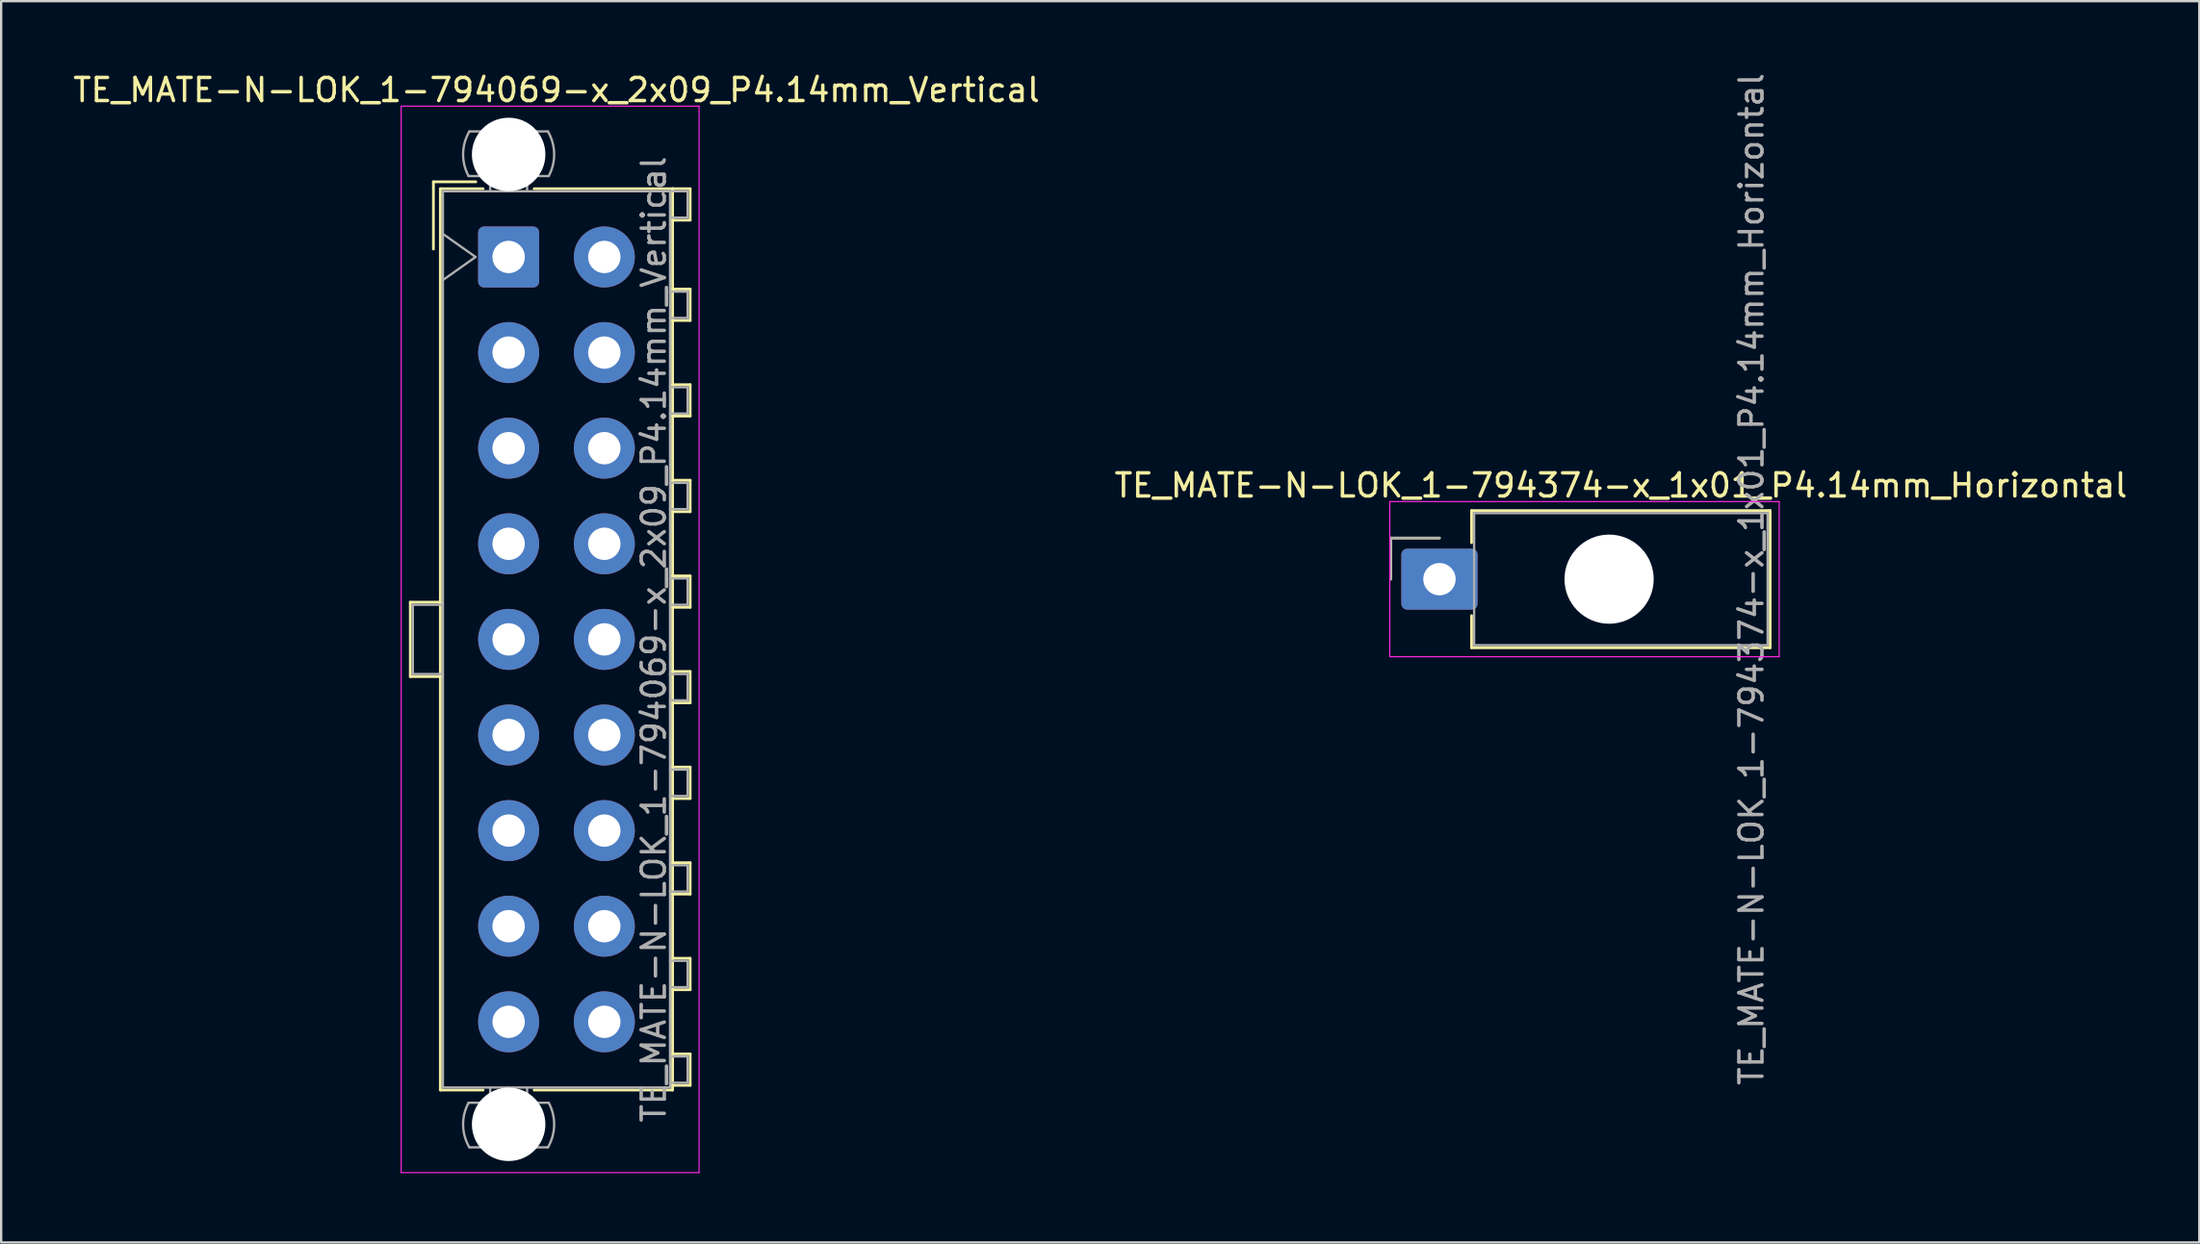
<source format=kicad_pcb>
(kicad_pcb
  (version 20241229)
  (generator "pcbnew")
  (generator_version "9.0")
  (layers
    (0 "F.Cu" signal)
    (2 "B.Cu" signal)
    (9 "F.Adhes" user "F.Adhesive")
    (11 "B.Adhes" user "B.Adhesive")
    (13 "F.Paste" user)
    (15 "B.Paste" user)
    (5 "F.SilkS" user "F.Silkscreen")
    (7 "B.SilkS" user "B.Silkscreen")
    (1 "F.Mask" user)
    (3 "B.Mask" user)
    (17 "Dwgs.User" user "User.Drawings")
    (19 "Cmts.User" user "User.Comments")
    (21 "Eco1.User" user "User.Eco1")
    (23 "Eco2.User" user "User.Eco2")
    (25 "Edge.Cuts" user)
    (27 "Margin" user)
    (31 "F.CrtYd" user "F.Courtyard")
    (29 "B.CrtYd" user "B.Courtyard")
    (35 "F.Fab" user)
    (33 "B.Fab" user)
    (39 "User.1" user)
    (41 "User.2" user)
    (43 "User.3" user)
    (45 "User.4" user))
  (footprint "TE_MATE-N-LOK_1-794374-x_1x01_P4.14mm_Horizontal"
    (layer "F.Cu")
    (at 59.239 22.03)
    (property "Reference" "TE_MATE-N-LOK_1-794374-x_1x01_P4.14mm_Horizontal" (at 7.85 -4.06 0) (layer "F.SilkS") (effects (font (size 1 1) (thickness 0.15))))
    (attr through_hole)
    (fp_line (start -2.11 -1.78) (end -2.11 0) (stroke (width 0.12) (type solid)) (layer "F.SilkS"))
    (fp_line (start 0 -1.78) (end -2.11 -1.78) (stroke (width 0.12) (type solid)) (layer "F.SilkS"))
    (fp_line (start 1.39 -2.97) (end 14.31 -2.97) (stroke (width 0.12) (type solid)) (layer "F.SilkS"))
    (fp_line (start 1.39 -1.58) (end 1.39 -2.97) (stroke (width 0.12) (type solid)) (layer "F.SilkS"))
    (fp_line (start 1.39 2.97) (end 1.39 1.58) (stroke (width 0.12) (type solid)) (layer "F.SilkS"))
    (fp_line (start 14.31 -2.97) (end 14.31 2.97) (stroke (width 0.12) (type solid)) (layer "F.SilkS"))
    (fp_line (start 14.31 2.97) (end 1.39 2.97) (stroke (width 0.12) (type solid)) (layer "F.SilkS"))
    (fp_line (start -2.15 -3.36) (end -2.15 3.36) (stroke (width 0.05) (type solid)) (layer "F.CrtYd"))
    (fp_line (start -2.15 3.36) (end 14.7 3.36) (stroke (width 0.05) (type solid)) (layer "F.CrtYd"))
    (fp_line (start 14.7 -3.36) (end -2.15 -3.36) (stroke (width 0.05) (type solid)) (layer "F.CrtYd"))
    (fp_line (start 14.7 3.36) (end 14.7 -3.36) (stroke (width 0.05) (type solid)) (layer "F.CrtYd"))
    (fp_line (start -2.11 -1.78) (end -2.11 0) (stroke (width 0.1) (type solid)) (layer "F.Fab"))
    (fp_line (start 0 -1.78) (end -2.11 -1.78) (stroke (width 0.1) (type solid)) (layer "F.Fab"))
    (fp_line (start 1.5 -2.86) (end 1.5 2.86) (stroke (width 0.1) (type solid)) (layer "F.Fab"))
    (fp_line (start 1.5 2.86) (end 14.2 2.86) (stroke (width 0.1) (type solid)) (layer "F.Fab"))
    (fp_line (start 14.2 -2.86) (end 1.5 -2.86) (stroke (width 0.1) (type solid)) (layer "F.Fab"))
    (fp_line (start 14.2 2.86) (end 14.2 -2.86) (stroke (width 0.1) (type solid)) (layer "F.Fab"))
    (fp_text user "${REFERENCE}" (at 13.5 0 90) (layer "F.Fab") (effects (font (size 1 1) (thickness 0.15))))
    (pad "" np_thru_hole circle (at 7.34 0) (size 3.86 3.86) (drill 3.86) (layers "*.Cu" "*.Mask"))
    (pad "1" thru_hole roundrect (at 0 0) (size 3.3 2.64) (drill 1.4) (layers "*.Cu" "*.Mask") (roundrect_rratio 0.095)))
  (footprint "TE_MATE-N-LOK_1-794069-x_2x09_P4.14mm_Vertical"
    (layer "F.Cu")
    (at 18.96 8.078)
    (property "Reference" "TE_MATE-N-LOK_1-794069-x_2x09_P4.14mm_Vertical" (at 2.07 -7.23 0) (layer "F.SilkS") (effects (font (size 1 1) (thickness 0.15))))
    (attr through_hole)
    (fp_line (start -4.255 14.95) (end -4.255 18.17) (stroke (width 0.12) (type solid)) (layer "F.SilkS"))
    (fp_line (start -4.255 18.17) (end -2.955 18.17) (stroke (width 0.12) (type solid)) (layer "F.SilkS"))
    (fp_line (start -3.255 -3.255) (end -3.255 -0.345) (stroke (width 0.12) (type solid)) (layer "F.SilkS"))
    (fp_line (start -2.955 -2.955) (end -2.955 36.075) (stroke (width 0.12) (type solid)) (layer "F.SilkS"))
    (fp_line (start -2.955 14.95) (end -4.255 14.95) (stroke (width 0.12) (type solid)) (layer "F.SilkS"))
    (fp_line (start -2.955 36.075) (end -1.103 36.075) (stroke (width 0.12) (type solid)) (layer "F.SilkS"))
    (fp_line (start -1.421 -3.255) (end -3.255 -3.255) (stroke (width 0.12) (type solid)) (layer "F.SilkS"))
    (fp_line (start -1.103 -2.955) (end -2.955 -2.955) (stroke (width 0.12) (type solid)) (layer "F.SilkS"))
    (fp_line (start 1.103 -2.955) (end 7.095 -2.955) (stroke (width 0.12) (type solid)) (layer "F.SilkS"))
    (fp_line (start 7.095 -2.955) (end 7.095 36.075) (stroke (width 0.12) (type solid)) (layer "F.SilkS"))
    (fp_line (start 7.095 -2.955) (end 7.855 -2.955) (stroke (width 0.12) (type solid)) (layer "F.SilkS"))
    (fp_line (start 7.095 1.39) (end 7.855 1.39) (stroke (width 0.12) (type solid)) (layer "F.SilkS"))
    (fp_line (start 7.095 5.53) (end 7.855 5.53) (stroke (width 0.12) (type solid)) (layer "F.SilkS"))
    (fp_line (start 7.095 9.67) (end 7.855 9.67) (stroke (width 0.12) (type solid)) (layer "F.SilkS"))
    (fp_line (start 7.095 13.81) (end 7.855 13.81) (stroke (width 0.12) (type solid)) (layer "F.SilkS"))
    (fp_line (start 7.095 17.95) (end 7.855 17.95) (stroke (width 0.12) (type solid)) (layer "F.SilkS"))
    (fp_line (start 7.095 22.09) (end 7.855 22.09) (stroke (width 0.12) (type solid)) (layer "F.SilkS"))
    (fp_line (start 7.095 26.23) (end 7.855 26.23) (stroke (width 0.12) (type solid)) (layer "F.SilkS"))
    (fp_line (start 7.095 30.37) (end 7.855 30.37) (stroke (width 0.12) (type solid)) (layer "F.SilkS"))
    (fp_line (start 7.095 34.51) (end 7.855 34.51) (stroke (width 0.12) (type solid)) (layer "F.SilkS"))
    (fp_line (start 7.095 36.075) (end 1.103 36.075) (stroke (width 0.12) (type solid)) (layer "F.SilkS"))
    (fp_line (start 7.855 -2.955) (end 7.855 -1.595) (stroke (width 0.12) (type solid)) (layer "F.SilkS"))
    (fp_line (start 7.855 -1.595) (end 7.095 -1.595) (stroke (width 0.12) (type solid)) (layer "F.SilkS"))
    (fp_line (start 7.855 1.39) (end 7.855 2.75) (stroke (width 0.12) (type solid)) (layer "F.SilkS"))
    (fp_line (start 7.855 2.75) (end 7.095 2.75) (stroke (width 0.12) (type solid)) (layer "F.SilkS"))
    (fp_line (start 7.855 5.53) (end 7.855 6.89) (stroke (width 0.12) (type solid)) (layer "F.SilkS"))
    (fp_line (start 7.855 6.89) (end 7.095 6.89) (stroke (width 0.12) (type solid)) (layer "F.SilkS"))
    (fp_line (start 7.855 9.67) (end 7.855 11.03) (stroke (width 0.12) (type solid)) (layer "F.SilkS"))
    (fp_line (start 7.855 11.03) (end 7.095 11.03) (stroke (width 0.12) (type solid)) (layer "F.SilkS"))
    (fp_line (start 7.855 13.81) (end 7.855 15.17) (stroke (width 0.12) (type solid)) (layer "F.SilkS"))
    (fp_line (start 7.855 15.17) (end 7.095 15.17) (stroke (width 0.12) (type solid)) (layer "F.SilkS"))
    (fp_line (start 7.855 17.95) (end 7.855 19.31) (stroke (width 0.12) (type solid)) (layer "F.SilkS"))
    (fp_line (start 7.855 19.31) (end 7.095 19.31) (stroke (width 0.12) (type solid)) (layer "F.SilkS"))
    (fp_line (start 7.855 22.09) (end 7.855 23.45) (stroke (width 0.12) (type solid)) (layer "F.SilkS"))
    (fp_line (start 7.855 23.45) (end 7.095 23.45) (stroke (width 0.12) (type solid)) (layer "F.SilkS"))
    (fp_line (start 7.855 26.23) (end 7.855 27.59) (stroke (width 0.12) (type solid)) (layer "F.SilkS"))
    (fp_line (start 7.855 27.59) (end 7.095 27.59) (stroke (width 0.12) (type solid)) (layer "F.SilkS"))
    (fp_line (start 7.855 30.37) (end 7.855 31.73) (stroke (width 0.12) (type solid)) (layer "F.SilkS"))
    (fp_line (start 7.855 31.73) (end 7.095 31.73) (stroke (width 0.12) (type solid)) (layer "F.SilkS"))
    (fp_line (start 7.855 34.51) (end 7.855 35.87) (stroke (width 0.12) (type solid)) (layer "F.SilkS"))
    (fp_line (start 7.855 35.87) (end 7.095 35.87) (stroke (width 0.12) (type solid)) (layer "F.SilkS"))
    (fp_line (start -4.65 -6.53) (end -4.65 39.65) (stroke (width 0.05) (type solid)) (layer "F.CrtYd"))
    (fp_line (start -4.65 39.65) (end 8.24 39.65) (stroke (width 0.05) (type solid)) (layer "F.CrtYd"))
    (fp_line (start 8.24 -6.53) (end -4.65 -6.53) (stroke (width 0.05) (type solid)) (layer "F.CrtYd"))
    (fp_line (start 8.24 39.65) (end 8.24 -6.53) (stroke (width 0.05) (type solid)) (layer "F.CrtYd"))
    (fp_line (start -4.145 15.06) (end -4.145 18.06) (stroke (width 0.1) (type solid)) (layer "F.Fab"))
    (fp_line (start -4.145 18.06) (end -2.845 18.06) (stroke (width 0.1) (type solid)) (layer "F.Fab"))
    (fp_line (start -2.845 -2.845) (end -2.845 35.965) (stroke (width 0.1) (type solid)) (layer "F.Fab"))
    (fp_line (start -2.845 -1) (end -1.431 0) (stroke (width 0.1) (type solid)) (layer "F.Fab"))
    (fp_line (start -2.845 15.06) (end -4.145 15.06) (stroke (width 0.1) (type solid)) (layer "F.Fab"))
    (fp_line (start -2.845 35.965) (end 6.985 35.965) (stroke (width 0.1) (type solid)) (layer "F.Fab"))
    (fp_line (start -1.431 0) (end -2.845 1) (stroke (width 0.1) (type solid)) (layer "F.Fab"))
    (fp_line (start -0.8 -2.845) (end -0.8 -3.505) (stroke (width 0.1) (type solid)) (layer "F.Fab"))
    (fp_line (start -0.8 35.965) (end -0.8 36.625) (stroke (width 0.1) (type solid)) (layer "F.Fab"))
    (fp_line (start 0.8 -2.845) (end 0.8 -3.505) (stroke (width 0.1) (type solid)) (layer "F.Fab"))
    (fp_line (start 0.8 35.965) (end 0.8 36.625) (stroke (width 0.1) (type solid)) (layer "F.Fab"))
    (fp_line (start 1.7 -5.436) (end -1.7 -5.436) (stroke (width 0.1) (type solid)) (layer "F.Fab"))
    (fp_line (start 1.7 38.556) (end -1.7 38.556) (stroke (width 0.1) (type solid)) (layer "F.Fab"))
    (fp_line (start 1.734 -3.505) (end -1.734 -3.505) (stroke (width 0.1) (type solid)) (layer "F.Fab"))
    (fp_line (start 1.734 36.625) (end -1.734 36.625) (stroke (width 0.1) (type solid)) (layer "F.Fab"))
    (fp_line (start 6.985 -2.845) (end -2.845 -2.845) (stroke (width 0.1) (type solid)) (layer "F.Fab"))
    (fp_line (start 6.985 -2.845) (end 7.745 -2.845) (stroke (width 0.1) (type solid)) (layer "F.Fab"))
    (fp_line (start 6.985 1.5) (end 7.745 1.5) (stroke (width 0.1) (type solid)) (layer "F.Fab"))
    (fp_line (start 6.985 5.64) (end 7.745 5.64) (stroke (width 0.1) (type solid)) (layer "F.Fab"))
    (fp_line (start 6.985 9.78) (end 7.745 9.78) (stroke (width 0.1) (type solid)) (layer "F.Fab"))
    (fp_line (start 6.985 13.92) (end 7.745 13.92) (stroke (width 0.1) (type solid)) (layer "F.Fab"))
    (fp_line (start 6.985 18.06) (end 7.745 18.06) (stroke (width 0.1) (type solid)) (layer "F.Fab"))
    (fp_line (start 6.985 22.2) (end 7.745 22.2) (stroke (width 0.1) (type solid)) (layer "F.Fab"))
    (fp_line (start 6.985 26.34) (end 7.745 26.34) (stroke (width 0.1) (type solid)) (layer "F.Fab"))
    (fp_line (start 6.985 30.48) (end 7.745 30.48) (stroke (width 0.1) (type solid)) (layer "F.Fab"))
    (fp_line (start 6.985 34.62) (end 7.745 34.62) (stroke (width 0.1) (type solid)) (layer "F.Fab"))
    (fp_line (start 6.985 35.965) (end 6.985 -2.845) (stroke (width 0.1) (type solid)) (layer "F.Fab"))
    (fp_line (start 7.745 -2.845) (end 7.745 -1.705) (stroke (width 0.1) (type solid)) (layer "F.Fab"))
    (fp_line (start 7.745 -1.705) (end 6.985 -1.705) (stroke (width 0.1) (type solid)) (layer "F.Fab"))
    (fp_line (start 7.745 1.5) (end 7.745 2.64) (stroke (width 0.1) (type solid)) (layer "F.Fab"))
    (fp_line (start 7.745 2.64) (end 6.985 2.64) (stroke (width 0.1) (type solid)) (layer "F.Fab"))
    (fp_line (start 7.745 5.64) (end 7.745 6.78) (stroke (width 0.1) (type solid)) (layer "F.Fab"))
    (fp_line (start 7.745 6.78) (end 6.985 6.78) (stroke (width 0.1) (type solid)) (layer "F.Fab"))
    (fp_line (start 7.745 9.78) (end 7.745 10.92) (stroke (width 0.1) (type solid)) (layer "F.Fab"))
    (fp_line (start 7.745 10.92) (end 6.985 10.92) (stroke (width 0.1) (type solid)) (layer "F.Fab"))
    (fp_line (start 7.745 13.92) (end 7.745 15.06) (stroke (width 0.1) (type solid)) (layer "F.Fab"))
    (fp_line (start 7.745 15.06) (end 6.985 15.06) (stroke (width 0.1) (type solid)) (layer "F.Fab"))
    (fp_line (start 7.745 18.06) (end 7.745 19.2) (stroke (width 0.1) (type solid)) (layer "F.Fab"))
    (fp_line (start 7.745 19.2) (end 6.985 19.2) (stroke (width 0.1) (type solid)) (layer "F.Fab"))
    (fp_line (start 7.745 22.2) (end 7.745 23.34) (stroke (width 0.1) (type solid)) (layer "F.Fab"))
    (fp_line (start 7.745 23.34) (end 6.985 23.34) (stroke (width 0.1) (type solid)) (layer "F.Fab"))
    (fp_line (start 7.745 26.34) (end 7.745 27.48) (stroke (width 0.1) (type solid)) (layer "F.Fab"))
    (fp_line (start 7.745 27.48) (end 6.985 27.48) (stroke (width 0.1) (type solid)) (layer "F.Fab"))
    (fp_line (start 7.745 30.48) (end 7.745 31.62) (stroke (width 0.1) (type solid)) (layer "F.Fab"))
    (fp_line (start 7.745 31.62) (end 6.985 31.62) (stroke (width 0.1) (type solid)) (layer "F.Fab"))
    (fp_line (start 7.745 34.62) (end 7.745 35.76) (stroke (width 0.1) (type solid)) (layer "F.Fab"))
    (fp_line (start 7.745 35.76) (end 6.985 35.76) (stroke (width 0.1) (type solid)) (layer "F.Fab"))
    (fp_arc (start -1.733977 -3.505) (mid -1.96969 -4.474992) (end -1.699672 -5.436) (stroke (width 0.1) (type solid)) (layer "F.Fab"))
    (fp_arc (start -1.699672 38.556) (mid -1.969689 37.594992) (end -1.733977 36.625) (stroke (width 0.1) (type solid)) (layer "F.Fab"))
    (fp_arc (start 1.699672 -5.436) (mid 1.969689 -4.474992) (end 1.733977 -3.505) (stroke (width 0.1) (type solid)) (layer "F.Fab"))
    (fp_arc (start 1.733977 36.625) (mid 1.96969 37.594992) (end 1.699672 38.556) (stroke (width 0.1) (type solid)) (layer "F.Fab"))
    (fp_text user "${REFERENCE}" (at 6.28 16.56 90) (layer "F.Fab") (effects (font (size 1 1) (thickness 0.15))))
    (pad "" np_thru_hole circle (at 0 -4.44) (size 3.18 3.18) (drill 3.18) (layers "*.Cu" "*.Mask"))
    (pad "" np_thru_hole circle (at 0 37.56) (size 3.18 3.18) (drill 3.18) (layers "*.Cu" "*.Mask"))
    (pad "1" thru_hole roundrect (at 0 0) (size 2.64 2.64) (drill 1.4) (layers "*.Cu" "*.Mask") (roundrect_rratio 0.095))
    (pad "2" thru_hole circle (at 0 4.14) (size 2.64 2.64) (drill 1.4) (layers "*.Cu" "*.Mask"))
    (pad "3" thru_hole circle (at 0 8.28) (size 2.64 2.64) (drill 1.4) (layers "*.Cu" "*.Mask"))
    (pad "4" thru_hole circle (at 0 12.42) (size 2.64 2.64) (drill 1.4) (layers "*.Cu" "*.Mask"))
    (pad "5" thru_hole circle (at 0 16.56) (size 2.64 2.64) (drill 1.4) (layers "*.Cu" "*.Mask"))
    (pad "6" thru_hole circle (at 0 20.7) (size 2.64 2.64) (drill 1.4) (layers "*.Cu" "*.Mask"))
    (pad "7" thru_hole circle (at 0 24.84) (size 2.64 2.64) (drill 1.4) (layers "*.Cu" "*.Mask"))
    (pad "8" thru_hole circle (at 0 28.98) (size 2.64 2.64) (drill 1.4) (layers "*.Cu" "*.Mask"))
    (pad "9" thru_hole circle (at 0 33.12) (size 2.64 2.64) (drill 1.4) (layers "*.Cu" "*.Mask"))
    (pad "10" thru_hole circle (at 4.14 0) (size 2.64 2.64) (drill 1.4) (layers "*.Cu" "*.Mask"))
    (pad "11" thru_hole circle (at 4.14 4.14) (size 2.64 2.64) (drill 1.4) (layers "*.Cu" "*.Mask"))
    (pad "12" thru_hole circle (at 4.14 8.28) (size 2.64 2.64) (drill 1.4) (layers "*.Cu" "*.Mask"))
    (pad "13" thru_hole circle (at 4.14 12.42) (size 2.64 2.64) (drill 1.4) (layers "*.Cu" "*.Mask"))
    (pad "14" thru_hole circle (at 4.14 16.56) (size 2.64 2.64) (drill 1.4) (layers "*.Cu" "*.Mask"))
    (pad "15" thru_hole circle (at 4.14 20.7) (size 2.64 2.64) (drill 1.4) (layers "*.Cu" "*.Mask"))
    (pad "16" thru_hole circle (at 4.14 24.84) (size 2.64 2.64) (drill 1.4) (layers "*.Cu" "*.Mask"))
    (pad "17" thru_hole circle (at 4.14 28.98) (size 2.64 2.64) (drill 1.4) (layers "*.Cu" "*.Mask"))
    (pad "18" thru_hole circle (at 4.14 33.12) (size 2.64 2.64) (drill 1.4) (layers "*.Cu" "*.Mask")))
  (gr_rect
    (start -3 -3)
    (end 92.119 50.753)
    (stroke (width 0.1) (type default))
    (fill no)
    (layer "Edge.Cuts")))
</source>
